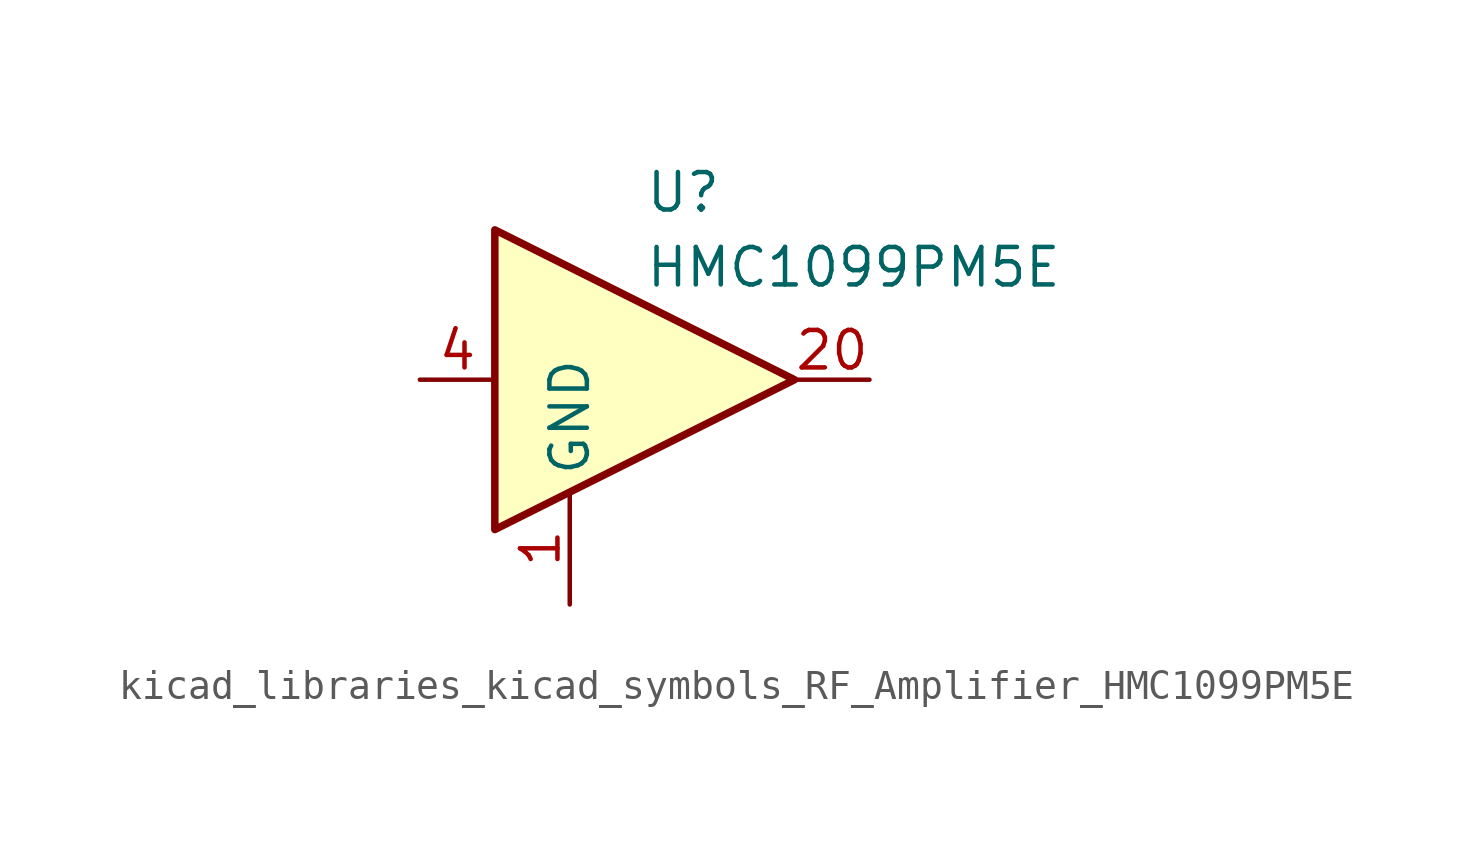
<source format=kicad_sym>
(kicad_symbol_lib
  (version 20220914)
  (generator kicad_symbol_editor)
  (symbol "kicad_libraries_kicad_symbols_RF_Amplifier_HMC1099PM5E"
    (property "Reference" "U"
      (at 0 6.35 0)
      (effects (font (size 1.27 1.27)) (justify left)))
    (property "Value" "HMC1099PM5E"
      (at 0 3.81 0)
      (effects (font (size 1.27 1.27)) (justify left)))
    (symbol "kicad_libraries_kicad_symbols_RF_Amplifier_HMC1099PM5E_1_1"
      (polyline (pts (xy 5.08 0) (xy -5.08 5.08) (xy -5.08 -5.08) (xy 5.08 0)) (stroke (width 0.254) (type default)) (fill (type background)))
      (pin power_in line (at -2.54 -7.62 90) (length 3.81) (name "GND" (effects (font (size 1.27 1.27)))) (number "1" (effects (font (size 1.27 1.27)))))
      (pin passive line (at -2.54 -7.62 90) (length 3.81) hide (name "GND" (effects (font (size 1.27 1.27)))) (number "10" (effects (font (size 1.27 1.27)))))
      (pin passive line (at -2.54 -7.62 90) (length 3.81) hide (name "GND" (effects (font (size 1.27 1.27)))) (number "11" (effects (font (size 1.27 1.27)))))
      (pin passive line (at -2.54 -7.62 90) (length 3.81) hide (name "GND" (effects (font (size 1.27 1.27)))) (number "12" (effects (font (size 1.27 1.27)))))
      (pin passive line (at -2.54 -7.62 90) (length 3.81) hide (name "GND" (effects (font (size 1.27 1.27)))) (number "13" (effects (font (size 1.27 1.27)))))
      (pin passive line (at -2.54 -7.62 90) (length 3.81) hide (name "GND" (effects (font (size 1.27 1.27)))) (number "14" (effects (font (size 1.27 1.27)))))
      (pin passive line (at -2.54 -7.62 90) (length 3.81) hide (name "GND" (effects (font (size 1.27 1.27)))) (number "15" (effects (font (size 1.27 1.27)))))
      (pin passive line (at -2.54 -7.62 90) (length 3.81) hide (name "GND" (effects (font (size 1.27 1.27)))) (number "16" (effects (font (size 1.27 1.27)))))
      (pin passive line (at -2.54 -7.62 90) (length 3.81) hide (name "GND" (effects (font (size 1.27 1.27)))) (number "17" (effects (font (size 1.27 1.27)))))
      (pin passive line (at -2.54 -7.62 90) (length 3.81) hide (name "GND" (effects (font (size 1.27 1.27)))) (number "18" (effects (font (size 1.27 1.27)))))
      (pin passive line (at -2.54 -7.62 90) (length 3.81) hide (name "GND" (effects (font (size 1.27 1.27)))) (number "19" (effects (font (size 1.27 1.27)))))
      (pin passive line (at -2.54 -7.62 90) (length 3.81) hide (name "GND" (effects (font (size 1.27 1.27)))) (number "2" (effects (font (size 1.27 1.27)))))
      (pin output line (at 7.62 0 180) (length 2.54) (name "~" (effects (font (size 1.27 1.27)))) (number "20" (effects (font (size 1.27 1.27)))))
      (pin passive line (at 7.62 0 180) (length 2.54) hide (name "~" (effects (font (size 1.27 1.27)))) (number "21" (effects (font (size 1.27 1.27)))))
      (pin passive line (at -2.54 -7.62 90) (length 3.81) hide (name "GND" (effects (font (size 1.27 1.27)))) (number "22" (effects (font (size 1.27 1.27)))))
      (pin passive line (at -2.54 -7.62 90) (length 3.81) hide (name "GND" (effects (font (size 1.27 1.27)))) (number "23" (effects (font (size 1.27 1.27)))))
      (pin passive line (at -2.54 -7.62 90) (length 3.81) hide (name "GND" (effects (font (size 1.27 1.27)))) (number "24" (effects (font (size 1.27 1.27)))))
      (pin passive line (at -2.54 -7.62 90) (length 3.81) hide (name "GND" (effects (font (size 1.27 1.27)))) (number "25" (effects (font (size 1.27 1.27)))))
      (pin passive line (at -2.54 -7.62 90) (length 3.81) hide (name "GND" (effects (font (size 1.27 1.27)))) (number "26" (effects (font (size 1.27 1.27)))))
      (pin passive line (at -2.54 -7.62 90) (length 3.81) hide (name "GND" (effects (font (size 1.27 1.27)))) (number "27" (effects (font (size 1.27 1.27)))))
      (pin passive line (at -2.54 -7.62 90) (length 3.81) hide (name "GND" (effects (font (size 1.27 1.27)))) (number "28" (effects (font (size 1.27 1.27)))))
      (pin passive line (at -2.54 -7.62 90) (length 3.81) hide (name "GND" (effects (font (size 1.27 1.27)))) (number "29" (effects (font (size 1.27 1.27)))))
      (pin passive line (at -2.54 -7.62 90) (length 3.81) hide (name "GND" (effects (font (size 1.27 1.27)))) (number "3" (effects (font (size 1.27 1.27)))))
      (pin passive line (at -2.54 -7.62 90) (length 3.81) hide (name "GND" (effects (font (size 1.27 1.27)))) (number "30" (effects (font (size 1.27 1.27)))))
      (pin passive line (at -2.54 -7.62 90) (length 3.81) hide (name "GND" (effects (font (size 1.27 1.27)))) (number "31" (effects (font (size 1.27 1.27)))))
      (pin passive line (at -2.54 -7.62 90) (length 3.81) hide (name "GND" (effects (font (size 1.27 1.27)))) (number "32" (effects (font (size 1.27 1.27)))))
      (pin passive line (at -2.54 -7.62 90) (length 3.81) hide (name "GND" (effects (font (size 1.27 1.27)))) (number "33" (effects (font (size 1.27 1.27)))))
      (pin input line (at -7.62 0 0) (length 2.54) (name "~" (effects (font (size 1.27 1.27)))) (number "4" (effects (font (size 1.27 1.27)))))
      (pin input line (at -7.62 0 0) (length 2.54) hide (name "~" (effects (font (size 1.27 1.27)))) (number "5" (effects (font (size 1.27 1.27)))))
      (pin passive line (at -2.54 -7.62 90) (length 3.81) hide (name "GND" (effects (font (size 1.27 1.27)))) (number "6" (effects (font (size 1.27 1.27)))))
      (pin passive line (at -2.54 -7.62 90) (length 3.81) hide (name "GND" (effects (font (size 1.27 1.27)))) (number "7" (effects (font (size 1.27 1.27)))))
      (pin passive line (at -2.54 -7.62 90) (length 3.81) hide (name "GND" (effects (font (size 1.27 1.27)))) (number "8" (effects (font (size 1.27 1.27)))))
      (pin passive line (at -2.54 -7.62 90) (length 3.81) hide (name "GND" (effects (font (size 1.27 1.27)))) (number "9" (effects (font (size 1.27 1.27))))))))
</source>
